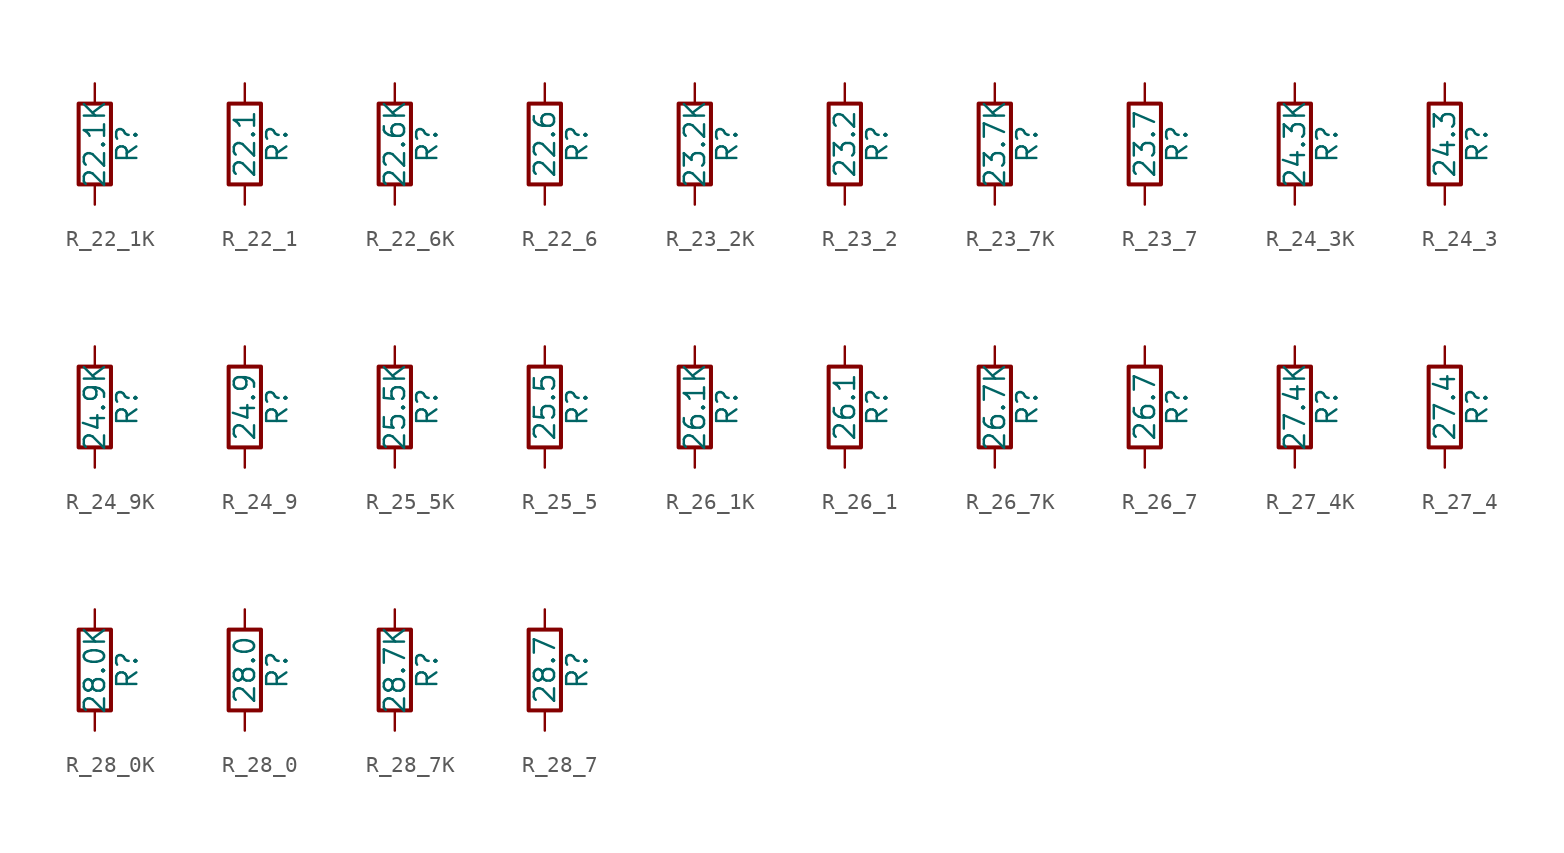
<source format=kicad_sym>
(kicad_symbol_lib
  (version 20211014)
  (generator atlantix-eda)
  (symbol "R_22_1K"
    (pin_numbers hide)
    (pin_names
      (offset 0))
    (property "Reference" "R"
      (at 2.032 0 90)
      (effects (font (size 1.27 1.27))))
    (property "Value" "22.1K"
      (at 0 0 90)
      (effects (font (size 1.27 1.27))))
    (symbol "R_22_1K_0_1"
      (rectangle (start -1.016 -2.54) (end 1.016 2.54) (stroke (width 0.254) (type default) (color 0 0 0 0)) (fill (type none))))
    (symbol "R_22_1K_1_1"
      (pin passive line (at 0 3.81 270) (length 1.27) (name "~" (effects (font (size 1.27 1.27)))) (number "1" (effects (font (size 1.27 1.27)))))
      (pin passive line (at 0 -3.81 90) (length 1.27) (name "~" (effects (font (size 1.27 1.27)))) (number "2" (effects (font (size 1.27 1.27)))))))
  (symbol "R_22_1"
    (pin_numbers hide)
    (pin_names
      (offset 0))
    (property "Reference" "R"
      (at 2.032 0 90)
      (effects (font (size 1.27 1.27))))
    (property "Value" "22.1"
      (at 0 0 90)
      (effects (font (size 1.27 1.27))))
    (symbol "R_22_1_0_1"
      (rectangle (start -1.016 -2.54) (end 1.016 2.54) (stroke (width 0.254) (type default) (color 0 0 0 0)) (fill (type none))))
    (symbol "R_22_1_1_1"
      (pin passive line (at 0 3.81 270) (length 1.27) (name "~" (effects (font (size 1.27 1.27)))) (number "1" (effects (font (size 1.27 1.27)))))
      (pin passive line (at 0 -3.81 90) (length 1.27) (name "~" (effects (font (size 1.27 1.27)))) (number "2" (effects (font (size 1.27 1.27)))))))
  (symbol "R_22_6K"
    (pin_numbers hide)
    (pin_names
      (offset 0))
    (property "Reference" "R"
      (at 2.032 0 90)
      (effects (font (size 1.27 1.27))))
    (property "Value" "22.6K"
      (at 0 0 90)
      (effects (font (size 1.27 1.27))))
    (symbol "R_22_6K_0_1"
      (rectangle (start -1.016 -2.54) (end 1.016 2.54) (stroke (width 0.254) (type default) (color 0 0 0 0)) (fill (type none))))
    (symbol "R_22_6K_1_1"
      (pin passive line (at 0 3.81 270) (length 1.27) (name "~" (effects (font (size 1.27 1.27)))) (number "1" (effects (font (size 1.27 1.27)))))
      (pin passive line (at 0 -3.81 90) (length 1.27) (name "~" (effects (font (size 1.27 1.27)))) (number "2" (effects (font (size 1.27 1.27)))))))
  (symbol "R_22_6"
    (pin_numbers hide)
    (pin_names
      (offset 0))
    (property "Reference" "R"
      (at 2.032 0 90)
      (effects (font (size 1.27 1.27))))
    (property "Value" "22.6"
      (at 0 0 90)
      (effects (font (size 1.27 1.27))))
    (symbol "R_22_6_0_1"
      (rectangle (start -1.016 -2.54) (end 1.016 2.54) (stroke (width 0.254) (type default) (color 0 0 0 0)) (fill (type none))))
    (symbol "R_22_6_1_1"
      (pin passive line (at 0 3.81 270) (length 1.27) (name "~" (effects (font (size 1.27 1.27)))) (number "1" (effects (font (size 1.27 1.27)))))
      (pin passive line (at 0 -3.81 90) (length 1.27) (name "~" (effects (font (size 1.27 1.27)))) (number "2" (effects (font (size 1.27 1.27)))))))
  (symbol "R_23_2K"
    (pin_numbers hide)
    (pin_names
      (offset 0))
    (property "Reference" "R"
      (at 2.032 0 90)
      (effects (font (size 1.27 1.27))))
    (property "Value" "23.2K"
      (at 0 0 90)
      (effects (font (size 1.27 1.27))))
    (symbol "R_23_2K_0_1"
      (rectangle (start -1.016 -2.54) (end 1.016 2.54) (stroke (width 0.254) (type default) (color 0 0 0 0)) (fill (type none))))
    (symbol "R_23_2K_1_1"
      (pin passive line (at 0 3.81 270) (length 1.27) (name "~" (effects (font (size 1.27 1.27)))) (number "1" (effects (font (size 1.27 1.27)))))
      (pin passive line (at 0 -3.81 90) (length 1.27) (name "~" (effects (font (size 1.27 1.27)))) (number "2" (effects (font (size 1.27 1.27)))))))
  (symbol "R_23_2"
    (pin_numbers hide)
    (pin_names
      (offset 0))
    (property "Reference" "R"
      (at 2.032 0 90)
      (effects (font (size 1.27 1.27))))
    (property "Value" "23.2"
      (at 0 0 90)
      (effects (font (size 1.27 1.27))))
    (symbol "R_23_2_0_1"
      (rectangle (start -1.016 -2.54) (end 1.016 2.54) (stroke (width 0.254) (type default) (color 0 0 0 0)) (fill (type none))))
    (symbol "R_23_2_1_1"
      (pin passive line (at 0 3.81 270) (length 1.27) (name "~" (effects (font (size 1.27 1.27)))) (number "1" (effects (font (size 1.27 1.27)))))
      (pin passive line (at 0 -3.81 90) (length 1.27) (name "~" (effects (font (size 1.27 1.27)))) (number "2" (effects (font (size 1.27 1.27)))))))
  (symbol "R_23_7K"
    (pin_numbers hide)
    (pin_names
      (offset 0))
    (property "Reference" "R"
      (at 2.032 0 90)
      (effects (font (size 1.27 1.27))))
    (property "Value" "23.7K"
      (at 0 0 90)
      (effects (font (size 1.27 1.27))))
    (symbol "R_23_7K_0_1"
      (rectangle (start -1.016 -2.54) (end 1.016 2.54) (stroke (width 0.254) (type default) (color 0 0 0 0)) (fill (type none))))
    (symbol "R_23_7K_1_1"
      (pin passive line (at 0 3.81 270) (length 1.27) (name "~" (effects (font (size 1.27 1.27)))) (number "1" (effects (font (size 1.27 1.27)))))
      (pin passive line (at 0 -3.81 90) (length 1.27) (name "~" (effects (font (size 1.27 1.27)))) (number "2" (effects (font (size 1.27 1.27)))))))
  (symbol "R_23_7"
    (pin_numbers hide)
    (pin_names
      (offset 0))
    (property "Reference" "R"
      (at 2.032 0 90)
      (effects (font (size 1.27 1.27))))
    (property "Value" "23.7"
      (at 0 0 90)
      (effects (font (size 1.27 1.27))))
    (symbol "R_23_7_0_1"
      (rectangle (start -1.016 -2.54) (end 1.016 2.54) (stroke (width 0.254) (type default) (color 0 0 0 0)) (fill (type none))))
    (symbol "R_23_7_1_1"
      (pin passive line (at 0 3.81 270) (length 1.27) (name "~" (effects (font (size 1.27 1.27)))) (number "1" (effects (font (size 1.27 1.27)))))
      (pin passive line (at 0 -3.81 90) (length 1.27) (name "~" (effects (font (size 1.27 1.27)))) (number "2" (effects (font (size 1.27 1.27)))))))
  (symbol "R_24_3K"
    (pin_numbers hide)
    (pin_names
      (offset 0))
    (property "Reference" "R"
      (at 2.032 0 90)
      (effects (font (size 1.27 1.27))))
    (property "Value" "24.3K"
      (at 0 0 90)
      (effects (font (size 1.27 1.27))))
    (symbol "R_24_3K_0_1"
      (rectangle (start -1.016 -2.54) (end 1.016 2.54) (stroke (width 0.254) (type default) (color 0 0 0 0)) (fill (type none))))
    (symbol "R_24_3K_1_1"
      (pin passive line (at 0 3.81 270) (length 1.27) (name "~" (effects (font (size 1.27 1.27)))) (number "1" (effects (font (size 1.27 1.27)))))
      (pin passive line (at 0 -3.81 90) (length 1.27) (name "~" (effects (font (size 1.27 1.27)))) (number "2" (effects (font (size 1.27 1.27)))))))
  (symbol "R_24_3"
    (pin_numbers hide)
    (pin_names
      (offset 0))
    (property "Reference" "R"
      (at 2.032 0 90)
      (effects (font (size 1.27 1.27))))
    (property "Value" "24.3"
      (at 0 0 90)
      (effects (font (size 1.27 1.27))))
    (symbol "R_24_3_0_1"
      (rectangle (start -1.016 -2.54) (end 1.016 2.54) (stroke (width 0.254) (type default) (color 0 0 0 0)) (fill (type none))))
    (symbol "R_24_3_1_1"
      (pin passive line (at 0 3.81 270) (length 1.27) (name "~" (effects (font (size 1.27 1.27)))) (number "1" (effects (font (size 1.27 1.27)))))
      (pin passive line (at 0 -3.81 90) (length 1.27) (name "~" (effects (font (size 1.27 1.27)))) (number "2" (effects (font (size 1.27 1.27)))))))
  (symbol "R_24_9K"
    (pin_numbers hide)
    (pin_names
      (offset 0))
    (property "Reference" "R"
      (at 2.032 0 90)
      (effects (font (size 1.27 1.27))))
    (property "Value" "24.9K"
      (at 0 0 90)
      (effects (font (size 1.27 1.27))))
    (symbol "R_24_9K_0_1"
      (rectangle (start -1.016 -2.54) (end 1.016 2.54) (stroke (width 0.254) (type default) (color 0 0 0 0)) (fill (type none))))
    (symbol "R_24_9K_1_1"
      (pin passive line (at 0 3.81 270) (length 1.27) (name "~" (effects (font (size 1.27 1.27)))) (number "1" (effects (font (size 1.27 1.27)))))
      (pin passive line (at 0 -3.81 90) (length 1.27) (name "~" (effects (font (size 1.27 1.27)))) (number "2" (effects (font (size 1.27 1.27)))))))
  (symbol "R_24_9"
    (pin_numbers hide)
    (pin_names
      (offset 0))
    (property "Reference" "R"
      (at 2.032 0 90)
      (effects (font (size 1.27 1.27))))
    (property "Value" "24.9"
      (at 0 0 90)
      (effects (font (size 1.27 1.27))))
    (symbol "R_24_9_0_1"
      (rectangle (start -1.016 -2.54) (end 1.016 2.54) (stroke (width 0.254) (type default) (color 0 0 0 0)) (fill (type none))))
    (symbol "R_24_9_1_1"
      (pin passive line (at 0 3.81 270) (length 1.27) (name "~" (effects (font (size 1.27 1.27)))) (number "1" (effects (font (size 1.27 1.27)))))
      (pin passive line (at 0 -3.81 90) (length 1.27) (name "~" (effects (font (size 1.27 1.27)))) (number "2" (effects (font (size 1.27 1.27)))))))
  (symbol "R_25_5K"
    (pin_numbers hide)
    (pin_names
      (offset 0))
    (property "Reference" "R"
      (at 2.032 0 90)
      (effects (font (size 1.27 1.27))))
    (property "Value" "25.5K"
      (at 0 0 90)
      (effects (font (size 1.27 1.27))))
    (symbol "R_25_5K_0_1"
      (rectangle (start -1.016 -2.54) (end 1.016 2.54) (stroke (width 0.254) (type default) (color 0 0 0 0)) (fill (type none))))
    (symbol "R_25_5K_1_1"
      (pin passive line (at 0 3.81 270) (length 1.27) (name "~" (effects (font (size 1.27 1.27)))) (number "1" (effects (font (size 1.27 1.27)))))
      (pin passive line (at 0 -3.81 90) (length 1.27) (name "~" (effects (font (size 1.27 1.27)))) (number "2" (effects (font (size 1.27 1.27)))))))
  (symbol "R_25_5"
    (pin_numbers hide)
    (pin_names
      (offset 0))
    (property "Reference" "R"
      (at 2.032 0 90)
      (effects (font (size 1.27 1.27))))
    (property "Value" "25.5"
      (at 0 0 90)
      (effects (font (size 1.27 1.27))))
    (symbol "R_25_5_0_1"
      (rectangle (start -1.016 -2.54) (end 1.016 2.54) (stroke (width 0.254) (type default) (color 0 0 0 0)) (fill (type none))))
    (symbol "R_25_5_1_1"
      (pin passive line (at 0 3.81 270) (length 1.27) (name "~" (effects (font (size 1.27 1.27)))) (number "1" (effects (font (size 1.27 1.27)))))
      (pin passive line (at 0 -3.81 90) (length 1.27) (name "~" (effects (font (size 1.27 1.27)))) (number "2" (effects (font (size 1.27 1.27)))))))
  (symbol "R_26_1K"
    (pin_numbers hide)
    (pin_names
      (offset 0))
    (property "Reference" "R"
      (at 2.032 0 90)
      (effects (font (size 1.27 1.27))))
    (property "Value" "26.1K"
      (at 0 0 90)
      (effects (font (size 1.27 1.27))))
    (symbol "R_26_1K_0_1"
      (rectangle (start -1.016 -2.54) (end 1.016 2.54) (stroke (width 0.254) (type default) (color 0 0 0 0)) (fill (type none))))
    (symbol "R_26_1K_1_1"
      (pin passive line (at 0 3.81 270) (length 1.27) (name "~" (effects (font (size 1.27 1.27)))) (number "1" (effects (font (size 1.27 1.27)))))
      (pin passive line (at 0 -3.81 90) (length 1.27) (name "~" (effects (font (size 1.27 1.27)))) (number "2" (effects (font (size 1.27 1.27)))))))
  (symbol "R_26_1"
    (pin_numbers hide)
    (pin_names
      (offset 0))
    (property "Reference" "R"
      (at 2.032 0 90)
      (effects (font (size 1.27 1.27))))
    (property "Value" "26.1"
      (at 0 0 90)
      (effects (font (size 1.27 1.27))))
    (symbol "R_26_1_0_1"
      (rectangle (start -1.016 -2.54) (end 1.016 2.54) (stroke (width 0.254) (type default) (color 0 0 0 0)) (fill (type none))))
    (symbol "R_26_1_1_1"
      (pin passive line (at 0 3.81 270) (length 1.27) (name "~" (effects (font (size 1.27 1.27)))) (number "1" (effects (font (size 1.27 1.27)))))
      (pin passive line (at 0 -3.81 90) (length 1.27) (name "~" (effects (font (size 1.27 1.27)))) (number "2" (effects (font (size 1.27 1.27)))))))
  (symbol "R_26_7K"
    (pin_numbers hide)
    (pin_names
      (offset 0))
    (property "Reference" "R"
      (at 2.032 0 90)
      (effects (font (size 1.27 1.27))))
    (property "Value" "26.7K"
      (at 0 0 90)
      (effects (font (size 1.27 1.27))))
    (symbol "R_26_7K_0_1"
      (rectangle (start -1.016 -2.54) (end 1.016 2.54) (stroke (width 0.254) (type default) (color 0 0 0 0)) (fill (type none))))
    (symbol "R_26_7K_1_1"
      (pin passive line (at 0 3.81 270) (length 1.27) (name "~" (effects (font (size 1.27 1.27)))) (number "1" (effects (font (size 1.27 1.27)))))
      (pin passive line (at 0 -3.81 90) (length 1.27) (name "~" (effects (font (size 1.27 1.27)))) (number "2" (effects (font (size 1.27 1.27)))))))
  (symbol "R_26_7"
    (pin_numbers hide)
    (pin_names
      (offset 0))
    (property "Reference" "R"
      (at 2.032 0 90)
      (effects (font (size 1.27 1.27))))
    (property "Value" "26.7"
      (at 0 0 90)
      (effects (font (size 1.27 1.27))))
    (symbol "R_26_7_0_1"
      (rectangle (start -1.016 -2.54) (end 1.016 2.54) (stroke (width 0.254) (type default) (color 0 0 0 0)) (fill (type none))))
    (symbol "R_26_7_1_1"
      (pin passive line (at 0 3.81 270) (length 1.27) (name "~" (effects (font (size 1.27 1.27)))) (number "1" (effects (font (size 1.27 1.27)))))
      (pin passive line (at 0 -3.81 90) (length 1.27) (name "~" (effects (font (size 1.27 1.27)))) (number "2" (effects (font (size 1.27 1.27)))))))
  (symbol "R_27_4K"
    (pin_numbers hide)
    (pin_names
      (offset 0))
    (property "Reference" "R"
      (at 2.032 0 90)
      (effects (font (size 1.27 1.27))))
    (property "Value" "27.4K"
      (at 0 0 90)
      (effects (font (size 1.27 1.27))))
    (symbol "R_27_4K_0_1"
      (rectangle (start -1.016 -2.54) (end 1.016 2.54) (stroke (width 0.254) (type default) (color 0 0 0 0)) (fill (type none))))
    (symbol "R_27_4K_1_1"
      (pin passive line (at 0 3.81 270) (length 1.27) (name "~" (effects (font (size 1.27 1.27)))) (number "1" (effects (font (size 1.27 1.27)))))
      (pin passive line (at 0 -3.81 90) (length 1.27) (name "~" (effects (font (size 1.27 1.27)))) (number "2" (effects (font (size 1.27 1.27)))))))
  (symbol "R_27_4"
    (pin_numbers hide)
    (pin_names
      (offset 0))
    (property "Reference" "R"
      (at 2.032 0 90)
      (effects (font (size 1.27 1.27))))
    (property "Value" "27.4"
      (at 0 0 90)
      (effects (font (size 1.27 1.27))))
    (symbol "R_27_4_0_1"
      (rectangle (start -1.016 -2.54) (end 1.016 2.54) (stroke (width 0.254) (type default) (color 0 0 0 0)) (fill (type none))))
    (symbol "R_27_4_1_1"
      (pin passive line (at 0 3.81 270) (length 1.27) (name "~" (effects (font (size 1.27 1.27)))) (number "1" (effects (font (size 1.27 1.27)))))
      (pin passive line (at 0 -3.81 90) (length 1.27) (name "~" (effects (font (size 1.27 1.27)))) (number "2" (effects (font (size 1.27 1.27)))))))
  (symbol "R_28_0K"
    (pin_numbers hide)
    (pin_names
      (offset 0))
    (property "Reference" "R"
      (at 2.032 0 90)
      (effects (font (size 1.27 1.27))))
    (property "Value" "28.0K"
      (at 0 0 90)
      (effects (font (size 1.27 1.27))))
    (symbol "R_28_0K_0_1"
      (rectangle (start -1.016 -2.54) (end 1.016 2.54) (stroke (width 0.254) (type default) (color 0 0 0 0)) (fill (type none))))
    (symbol "R_28_0K_1_1"
      (pin passive line (at 0 3.81 270) (length 1.27) (name "~" (effects (font (size 1.27 1.27)))) (number "1" (effects (font (size 1.27 1.27)))))
      (pin passive line (at 0 -3.81 90) (length 1.27) (name "~" (effects (font (size 1.27 1.27)))) (number "2" (effects (font (size 1.27 1.27)))))))
  (symbol "R_28_0"
    (pin_numbers hide)
    (pin_names
      (offset 0))
    (property "Reference" "R"
      (at 2.032 0 90)
      (effects (font (size 1.27 1.27))))
    (property "Value" "28.0"
      (at 0 0 90)
      (effects (font (size 1.27 1.27))))
    (symbol "R_28_0_0_1"
      (rectangle (start -1.016 -2.54) (end 1.016 2.54) (stroke (width 0.254) (type default) (color 0 0 0 0)) (fill (type none))))
    (symbol "R_28_0_1_1"
      (pin passive line (at 0 3.81 270) (length 1.27) (name "~" (effects (font (size 1.27 1.27)))) (number "1" (effects (font (size 1.27 1.27)))))
      (pin passive line (at 0 -3.81 90) (length 1.27) (name "~" (effects (font (size 1.27 1.27)))) (number "2" (effects (font (size 1.27 1.27)))))))
  (symbol "R_28_7K"
    (pin_numbers hide)
    (pin_names
      (offset 0))
    (property "Reference" "R"
      (at 2.032 0 90)
      (effects (font (size 1.27 1.27))))
    (property "Value" "28.7K"
      (at 0 0 90)
      (effects (font (size 1.27 1.27))))
    (symbol "R_28_7K_0_1"
      (rectangle (start -1.016 -2.54) (end 1.016 2.54) (stroke (width 0.254) (type default) (color 0 0 0 0)) (fill (type none))))
    (symbol "R_28_7K_1_1"
      (pin passive line (at 0 3.81 270) (length 1.27) (name "~" (effects (font (size 1.27 1.27)))) (number "1" (effects (font (size 1.27 1.27)))))
      (pin passive line (at 0 -3.81 90) (length 1.27) (name "~" (effects (font (size 1.27 1.27)))) (number "2" (effects (font (size 1.27 1.27)))))))
  (symbol "R_28_7"
    (pin_numbers hide)
    (pin_names
      (offset 0))
    (property "Reference" "R"
      (at 2.032 0 90)
      (effects (font (size 1.27 1.27))))
    (property "Value" "28.7"
      (at 0 0 90)
      (effects (font (size 1.27 1.27))))
    (symbol "R_28_7_0_1"
      (rectangle (start -1.016 -2.54) (end 1.016 2.54) (stroke (width 0.254) (type default) (color 0 0 0 0)) (fill (type none))))
    (symbol "R_28_7_1_1"
      (pin passive line (at 0 3.81 270) (length 1.27) (name "~" (effects (font (size 1.27 1.27)))) (number "1" (effects (font (size 1.27 1.27)))))
      (pin passive line (at 0 -3.81 90) (length 1.27) (name "~" (effects (font (size 1.27 1.27)))) (number "2" (effects (font (size 1.27 1.27))))))))
</source>
